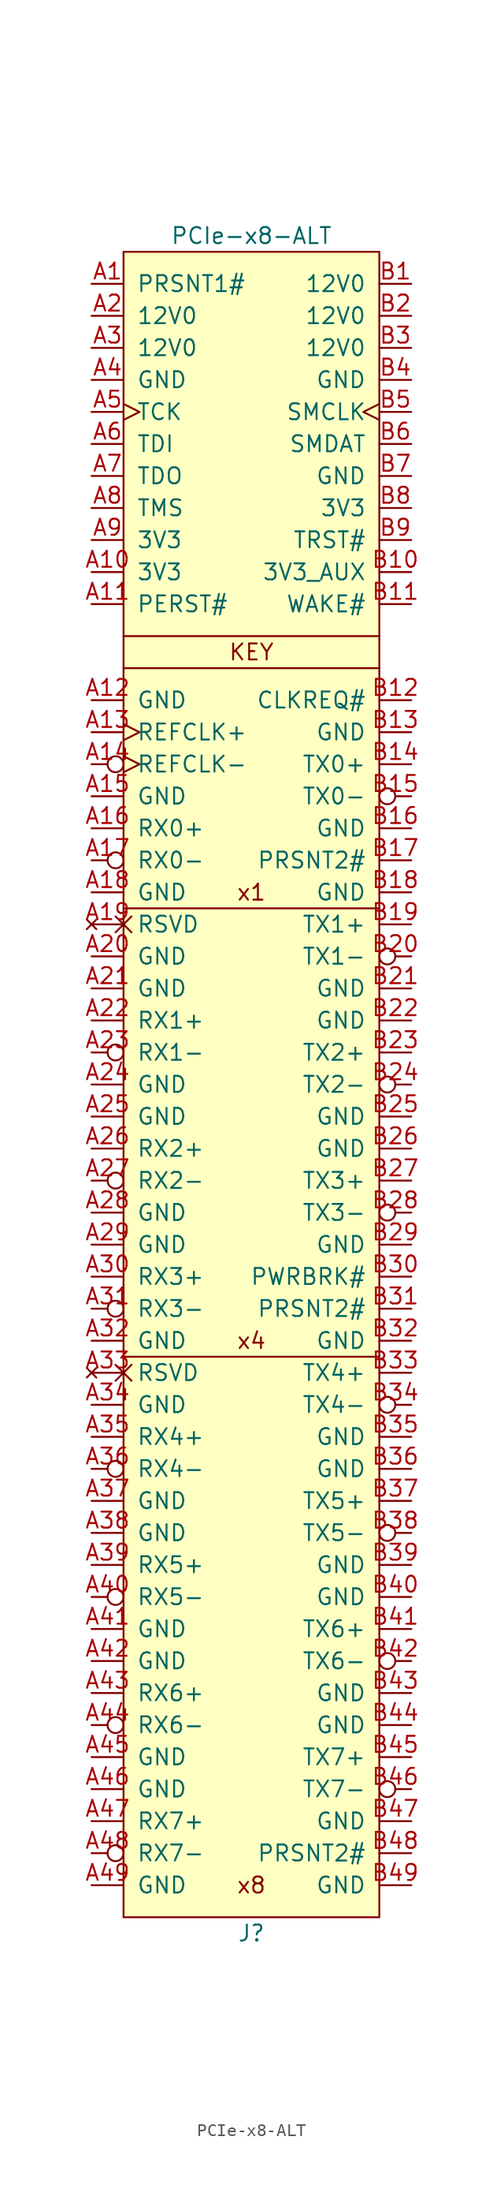
<source format=kicad_sym>
(kicad_symbol_lib
  (version 20201005)
  (generator kicad_symbol_editor)
  (symbol "lethalbit-pcie:PCIe-x8-ALT"
    (pin_names
      (offset 1.016))
    (property "Reference" "J"
      (at 0 -101.6 0)
      (effects (font (size 1.27 1.27))))
    (property "Value" "PCIe-x8-ALT"
      (at 0 33.02 0)
      (effects (font (size 1.27 1.27))))
    (symbol "PCIe-x8-ALT_0_0"
      (text "KEY" (at 0 0 0) (effects (font (size 1.27 1.27))))
      (text "x1" (at 0 -19.05 0) (effects (font (size 1.27 1.27))))
      (text "x4" (at 0 -54.61 0) (effects (font (size 1.27 1.27))))
      (text "x8" (at 0 -97.79 0) (effects (font (size 1.27 1.27))))
      (polyline (pts (xy 10.16 -55.88) (xy -10.16 -55.88)) (stroke (width 0)) (fill (type none)))
      (polyline (pts (xy 10.16 -20.32) (xy -10.16 -20.32)) (stroke (width 0)) (fill (type none)))
      (polyline (pts (xy 10.16 1.27) (xy -10.16 1.27)) (stroke (width 0)) (fill (type none))))
    (symbol "PCIe-x8-ALT_0_1"
      (rectangle (start -10.16 -100.33) (end 10.16 31.75) (stroke (width 0)) (fill (type background)))
      (polyline (pts (xy -10.16 -1.27) (xy 10.16 -1.27)) (stroke (width 0)) (fill (type none))))
    (symbol "PCIe-x8-ALT_1_1"
      (pin passive line (at -12.7 29.21 0) (length 2.54) (name "PRSNT1#" (effects (font (size 1.27 1.27)))) (number "A1" (effects (font (size 1.27 1.27)))))
      (pin power_out line (at -12.7 6.35 0) (length 2.54) (name "3V3" (effects (font (size 1.27 1.27)))) (number "A10" (effects (font (size 1.27 1.27)))))
      (pin input line (at -12.7 3.81 0) (length 2.54) (name "PERST#" (effects (font (size 1.27 1.27)))) (number "A11" (effects (font (size 1.27 1.27)))))
      (pin passive line (at -12.7 -3.81 0) (length 2.54) (name "GND" (effects (font (size 1.27 1.27)))) (number "A12" (effects (font (size 1.27 1.27)))))
      (pin input clock (at -12.7 -6.35 0) (length 2.54) (name "REFCLK+" (effects (font (size 1.27 1.27)))) (number "A13" (effects (font (size 1.27 1.27)))))
      (pin input inverted_clock (at -12.7 -8.89 0) (length 2.54) (name "REFCLK-" (effects (font (size 1.27 1.27)))) (number "A14" (effects (font (size 1.27 1.27)))))
      (pin passive line (at -12.7 -11.43 0) (length 2.54) (name "GND" (effects (font (size 1.27 1.27)))) (number "A15" (effects (font (size 1.27 1.27)))))
      (pin input line (at -12.7 -13.97 0) (length 2.54) (name "RX0+" (effects (font (size 1.27 1.27)))) (number "A16" (effects (font (size 1.27 1.27)))))
      (pin input inverted (at -12.7 -16.51 0) (length 2.54) (name "RX0-" (effects (font (size 1.27 1.27)))) (number "A17" (effects (font (size 1.27 1.27)))))
      (pin passive line (at -12.7 -19.05 0) (length 2.54) (name "GND" (effects (font (size 1.27 1.27)))) (number "A18" (effects (font (size 1.27 1.27)))))
      (pin no_connect non_logic (at -12.7 -21.59 0) (length 2.54) (name "RSVD" (effects (font (size 1.27 1.27)))) (number "A19" (effects (font (size 1.27 1.27)))))
      (pin power_out line (at -12.7 26.67 0) (length 2.54) (name "12V0" (effects (font (size 1.27 1.27)))) (number "A2" (effects (font (size 1.27 1.27)))))
      (pin passive line (at -12.7 -24.13 0) (length 2.54) (name "GND" (effects (font (size 1.27 1.27)))) (number "A20" (effects (font (size 1.27 1.27)))))
      (pin passive line (at -12.7 -26.67 0) (length 2.54) (name "GND" (effects (font (size 1.27 1.27)))) (number "A21" (effects (font (size 1.27 1.27)))))
      (pin input line (at -12.7 -29.21 0) (length 2.54) (name "RX1+" (effects (font (size 1.27 1.27)))) (number "A22" (effects (font (size 1.27 1.27)))))
      (pin input inverted (at -12.7 -31.75 0) (length 2.54) (name "RX1-" (effects (font (size 1.27 1.27)))) (number "A23" (effects (font (size 1.27 1.27)))))
      (pin passive line (at -12.7 -34.29 0) (length 2.54) (name "GND" (effects (font (size 1.27 1.27)))) (number "A24" (effects (font (size 1.27 1.27)))))
      (pin passive line (at -12.7 -36.83 0) (length 2.54) (name "GND" (effects (font (size 1.27 1.27)))) (number "A25" (effects (font (size 1.27 1.27)))))
      (pin input line (at -12.7 -39.37 0) (length 2.54) (name "RX2+" (effects (font (size 1.27 1.27)))) (number "A26" (effects (font (size 1.27 1.27)))))
      (pin input inverted (at -12.7 -41.91 0) (length 2.54) (name "RX2-" (effects (font (size 1.27 1.27)))) (number "A27" (effects (font (size 1.27 1.27)))))
      (pin passive line (at -12.7 -44.45 0) (length 2.54) (name "GND" (effects (font (size 1.27 1.27)))) (number "A28" (effects (font (size 1.27 1.27)))))
      (pin passive line (at -12.7 -46.99 0) (length 2.54) (name "GND" (effects (font (size 1.27 1.27)))) (number "A29" (effects (font (size 1.27 1.27)))))
      (pin power_out line (at -12.7 24.13 0) (length 2.54) (name "12V0" (effects (font (size 1.27 1.27)))) (number "A3" (effects (font (size 1.27 1.27)))))
      (pin input line (at -12.7 -49.53 0) (length 2.54) (name "RX3+" (effects (font (size 1.27 1.27)))) (number "A30" (effects (font (size 1.27 1.27)))))
      (pin input inverted (at -12.7 -52.07 0) (length 2.54) (name "RX3-" (effects (font (size 1.27 1.27)))) (number "A31" (effects (font (size 1.27 1.27)))))
      (pin passive line (at -12.7 -54.61 0) (length 2.54) (name "GND" (effects (font (size 1.27 1.27)))) (number "A32" (effects (font (size 1.27 1.27)))))
      (pin no_connect non_logic (at -12.7 -57.15 0) (length 2.54) (name "RSVD" (effects (font (size 1.27 1.27)))) (number "A33" (effects (font (size 1.27 1.27)))))
      (pin passive line (at -12.7 -59.69 0) (length 2.54) (name "GND" (effects (font (size 1.27 1.27)))) (number "A34" (effects (font (size 1.27 1.27)))))
      (pin input line (at -12.7 -62.23 0) (length 2.54) (name "RX4+" (effects (font (size 1.27 1.27)))) (number "A35" (effects (font (size 1.27 1.27)))))
      (pin input inverted (at -12.7 -64.77 0) (length 2.54) (name "RX4-" (effects (font (size 1.27 1.27)))) (number "A36" (effects (font (size 1.27 1.27)))))
      (pin passive line (at -12.7 -67.31 0) (length 2.54) (name "GND" (effects (font (size 1.27 1.27)))) (number "A37" (effects (font (size 1.27 1.27)))))
      (pin passive line (at -12.7 -69.85 0) (length 2.54) (name "GND" (effects (font (size 1.27 1.27)))) (number "A38" (effects (font (size 1.27 1.27)))))
      (pin input line (at -12.7 -72.39 0) (length 2.54) (name "RX5+" (effects (font (size 1.27 1.27)))) (number "A39" (effects (font (size 1.27 1.27)))))
      (pin passive line (at -12.7 21.59 0) (length 2.54) (name "GND" (effects (font (size 1.27 1.27)))) (number "A4" (effects (font (size 1.27 1.27)))))
      (pin input inverted (at -12.7 -74.93 0) (length 2.54) (name "RX5-" (effects (font (size 1.27 1.27)))) (number "A40" (effects (font (size 1.27 1.27)))))
      (pin passive line (at -12.7 -77.47 0) (length 2.54) (name "GND" (effects (font (size 1.27 1.27)))) (number "A41" (effects (font (size 1.27 1.27)))))
      (pin passive line (at -12.7 -80.01 0) (length 2.54) (name "GND" (effects (font (size 1.27 1.27)))) (number "A42" (effects (font (size 1.27 1.27)))))
      (pin input line (at -12.7 -82.55 0) (length 2.54) (name "RX6+" (effects (font (size 1.27 1.27)))) (number "A43" (effects (font (size 1.27 1.27)))))
      (pin input inverted (at -12.7 -85.09 0) (length 2.54) (name "RX6-" (effects (font (size 1.27 1.27)))) (number "A44" (effects (font (size 1.27 1.27)))))
      (pin passive line (at -12.7 -87.63 0) (length 2.54) (name "GND" (effects (font (size 1.27 1.27)))) (number "A45" (effects (font (size 1.27 1.27)))))
      (pin passive line (at -12.7 -90.17 0) (length 2.54) (name "GND" (effects (font (size 1.27 1.27)))) (number "A46" (effects (font (size 1.27 1.27)))))
      (pin input line (at -12.7 -92.71 0) (length 2.54) (name "RX7+" (effects (font (size 1.27 1.27)))) (number "A47" (effects (font (size 1.27 1.27)))))
      (pin input inverted (at -12.7 -95.25 0) (length 2.54) (name "RX7-" (effects (font (size 1.27 1.27)))) (number "A48" (effects (font (size 1.27 1.27)))))
      (pin passive line (at -12.7 -97.79 0) (length 2.54) (name "GND" (effects (font (size 1.27 1.27)))) (number "A49" (effects (font (size 1.27 1.27)))))
      (pin input clock (at -12.7 19.05 0) (length 2.54) (name "TCK" (effects (font (size 1.27 1.27)))) (number "A5" (effects (font (size 1.27 1.27)))))
      (pin input line (at -12.7 16.51 0) (length 2.54) (name "TDI" (effects (font (size 1.27 1.27)))) (number "A6" (effects (font (size 1.27 1.27)))))
      (pin output line (at -12.7 13.97 0) (length 2.54) (name "TDO" (effects (font (size 1.27 1.27)))) (number "A7" (effects (font (size 1.27 1.27)))))
      (pin input line (at -12.7 11.43 0) (length 2.54) (name "TMS" (effects (font (size 1.27 1.27)))) (number "A8" (effects (font (size 1.27 1.27)))))
      (pin power_out line (at -12.7 8.89 0) (length 2.54) (name "3V3" (effects (font (size 1.27 1.27)))) (number "A9" (effects (font (size 1.27 1.27)))))
      (pin power_out line (at 12.7 29.21 180) (length 2.54) (name "12V0" (effects (font (size 1.27 1.27)))) (number "B1" (effects (font (size 1.27 1.27)))))
      (pin power_out line (at 12.7 6.35 180) (length 2.54) (name "3V3_AUX" (effects (font (size 1.27 1.27)))) (number "B10" (effects (font (size 1.27 1.27)))))
      (pin open_emitter line (at 12.7 3.81 180) (length 2.54) (name "WAKE#" (effects (font (size 1.27 1.27)))) (number "B11" (effects (font (size 1.27 1.27)))))
      (pin open_emitter line (at 12.7 -3.81 180) (length 2.54) (name "CLKREQ#" (effects (font (size 1.27 1.27)))) (number "B12" (effects (font (size 1.27 1.27)))))
      (pin passive line (at 12.7 -6.35 180) (length 2.54) (name "GND" (effects (font (size 1.27 1.27)))) (number "B13" (effects (font (size 1.27 1.27)))))
      (pin output line (at 12.7 -8.89 180) (length 2.54) (name "TX0+" (effects (font (size 1.27 1.27)))) (number "B14" (effects (font (size 1.27 1.27)))))
      (pin output inverted (at 12.7 -11.43 180) (length 2.54) (name "TX0-" (effects (font (size 1.27 1.27)))) (number "B15" (effects (font (size 1.27 1.27)))))
      (pin passive line (at 12.7 -13.97 180) (length 2.54) (name "GND" (effects (font (size 1.27 1.27)))) (number "B16" (effects (font (size 1.27 1.27)))))
      (pin passive line (at 12.7 -16.51 180) (length 2.54) (name "PRSNT2#" (effects (font (size 1.27 1.27)))) (number "B17" (effects (font (size 1.27 1.27)))))
      (pin passive line (at 12.7 -19.05 180) (length 2.54) (name "GND" (effects (font (size 1.27 1.27)))) (number "B18" (effects (font (size 1.27 1.27)))))
      (pin output line (at 12.7 -21.59 180) (length 2.54) (name "TX1+" (effects (font (size 1.27 1.27)))) (number "B19" (effects (font (size 1.27 1.27)))))
      (pin power_out line (at 12.7 26.67 180) (length 2.54) (name "12V0" (effects (font (size 1.27 1.27)))) (number "B2" (effects (font (size 1.27 1.27)))))
      (pin output inverted (at 12.7 -24.13 180) (length 2.54) (name "TX1-" (effects (font (size 1.27 1.27)))) (number "B20" (effects (font (size 1.27 1.27)))))
      (pin passive line (at 12.7 -26.67 180) (length 2.54) (name "GND" (effects (font (size 1.27 1.27)))) (number "B21" (effects (font (size 1.27 1.27)))))
      (pin passive line (at 12.7 -29.21 180) (length 2.54) (name "GND" (effects (font (size 1.27 1.27)))) (number "B22" (effects (font (size 1.27 1.27)))))
      (pin output line (at 12.7 -31.75 180) (length 2.54) (name "TX2+" (effects (font (size 1.27 1.27)))) (number "B23" (effects (font (size 1.27 1.27)))))
      (pin output inverted (at 12.7 -34.29 180) (length 2.54) (name "TX2-" (effects (font (size 1.27 1.27)))) (number "B24" (effects (font (size 1.27 1.27)))))
      (pin passive line (at 12.7 -36.83 180) (length 2.54) (name "GND" (effects (font (size 1.27 1.27)))) (number "B25" (effects (font (size 1.27 1.27)))))
      (pin passive line (at 12.7 -39.37 180) (length 2.54) (name "GND" (effects (font (size 1.27 1.27)))) (number "B26" (effects (font (size 1.27 1.27)))))
      (pin output line (at 12.7 -41.91 180) (length 2.54) (name "TX3+" (effects (font (size 1.27 1.27)))) (number "B27" (effects (font (size 1.27 1.27)))))
      (pin output inverted (at 12.7 -44.45 180) (length 2.54) (name "TX3-" (effects (font (size 1.27 1.27)))) (number "B28" (effects (font (size 1.27 1.27)))))
      (pin passive line (at 12.7 -46.99 180) (length 2.54) (name "GND" (effects (font (size 1.27 1.27)))) (number "B29" (effects (font (size 1.27 1.27)))))
      (pin power_out line (at 12.7 24.13 180) (length 2.54) (name "12V0" (effects (font (size 1.27 1.27)))) (number "B3" (effects (font (size 1.27 1.27)))))
      (pin open_emitter line (at 12.7 -49.53 180) (length 2.54) (name "PWRBRK#" (effects (font (size 1.27 1.27)))) (number "B30" (effects (font (size 1.27 1.27)))))
      (pin passive line (at 12.7 -52.07 180) (length 2.54) (name "PRSNT2#" (effects (font (size 1.27 1.27)))) (number "B31" (effects (font (size 1.27 1.27)))))
      (pin passive line (at 12.7 -54.61 180) (length 2.54) (name "GND" (effects (font (size 1.27 1.27)))) (number "B32" (effects (font (size 1.27 1.27)))))
      (pin output line (at 12.7 -57.15 180) (length 2.54) (name "TX4+" (effects (font (size 1.27 1.27)))) (number "B33" (effects (font (size 1.27 1.27)))))
      (pin output inverted (at 12.7 -59.69 180) (length 2.54) (name "TX4-" (effects (font (size 1.27 1.27)))) (number "B34" (effects (font (size 1.27 1.27)))))
      (pin passive line (at 12.7 -62.23 180) (length 2.54) (name "GND" (effects (font (size 1.27 1.27)))) (number "B35" (effects (font (size 1.27 1.27)))))
      (pin passive line (at 12.7 -64.77 180) (length 2.54) (name "GND" (effects (font (size 1.27 1.27)))) (number "B36" (effects (font (size 1.27 1.27)))))
      (pin output line (at 12.7 -67.31 180) (length 2.54) (name "TX5+" (effects (font (size 1.27 1.27)))) (number "B37" (effects (font (size 1.27 1.27)))))
      (pin output inverted (at 12.7 -69.85 180) (length 2.54) (name "TX5-" (effects (font (size 1.27 1.27)))) (number "B38" (effects (font (size 1.27 1.27)))))
      (pin passive line (at 12.7 -72.39 180) (length 2.54) (name "GND" (effects (font (size 1.27 1.27)))) (number "B39" (effects (font (size 1.27 1.27)))))
      (pin passive line (at 12.7 21.59 180) (length 2.54) (name "GND" (effects (font (size 1.27 1.27)))) (number "B4" (effects (font (size 1.27 1.27)))))
      (pin passive line (at 12.7 -74.93 180) (length 2.54) (name "GND" (effects (font (size 1.27 1.27)))) (number "B40" (effects (font (size 1.27 1.27)))))
      (pin output line (at 12.7 -77.47 180) (length 2.54) (name "TX6+" (effects (font (size 1.27 1.27)))) (number "B41" (effects (font (size 1.27 1.27)))))
      (pin output inverted (at 12.7 -80.01 180) (length 2.54) (name "TX6-" (effects (font (size 1.27 1.27)))) (number "B42" (effects (font (size 1.27 1.27)))))
      (pin passive line (at 12.7 -82.55 180) (length 2.54) (name "GND" (effects (font (size 1.27 1.27)))) (number "B43" (effects (font (size 1.27 1.27)))))
      (pin passive line (at 12.7 -85.09 180) (length 2.54) (name "GND" (effects (font (size 1.27 1.27)))) (number "B44" (effects (font (size 1.27 1.27)))))
      (pin output line (at 12.7 -87.63 180) (length 2.54) (name "TX7+" (effects (font (size 1.27 1.27)))) (number "B45" (effects (font (size 1.27 1.27)))))
      (pin output inverted (at 12.7 -90.17 180) (length 2.54) (name "TX7-" (effects (font (size 1.27 1.27)))) (number "B46" (effects (font (size 1.27 1.27)))))
      (pin passive line (at 12.7 -92.71 180) (length 2.54) (name "GND" (effects (font (size 1.27 1.27)))) (number "B47" (effects (font (size 1.27 1.27)))))
      (pin passive line (at 12.7 -95.25 180) (length 2.54) (name "PRSNT2#" (effects (font (size 1.27 1.27)))) (number "B48" (effects (font (size 1.27 1.27)))))
      (pin passive line (at 12.7 -97.79 180) (length 2.54) (name "GND" (effects (font (size 1.27 1.27)))) (number "B49" (effects (font (size 1.27 1.27)))))
      (pin open_emitter clock (at 12.7 19.05 180) (length 2.54) (name "SMCLK" (effects (font (size 1.27 1.27)))) (number "B5" (effects (font (size 1.27 1.27)))))
      (pin open_emitter line (at 12.7 16.51 180) (length 2.54) (name "SMDAT" (effects (font (size 1.27 1.27)))) (number "B6" (effects (font (size 1.27 1.27)))))
      (pin passive line (at 12.7 13.97 180) (length 2.54) (name "GND" (effects (font (size 1.27 1.27)))) (number "B7" (effects (font (size 1.27 1.27)))))
      (pin power_out line (at 12.7 11.43 180) (length 2.54) (name "3V3" (effects (font (size 1.27 1.27)))) (number "B8" (effects (font (size 1.27 1.27)))))
      (pin input line (at 12.7 8.89 180) (length 2.54) (name "TRST#" (effects (font (size 1.27 1.27)))) (number "B9" (effects (font (size 1.27 1.27)))))
      (pin passive line (at 12.7 21.59 180) (length 2.54) hide (name "GND" (effects (font (size 1.27 1.27)))) (number "G1" (effects (font (size 1.27 1.27)))))
      (pin passive line (at 12.7 21.59 180) (length 2.54) hide (name "GND" (effects (font (size 1.27 1.27)))) (number "G2" (effects (font (size 1.27 1.27))))))))
</source>
